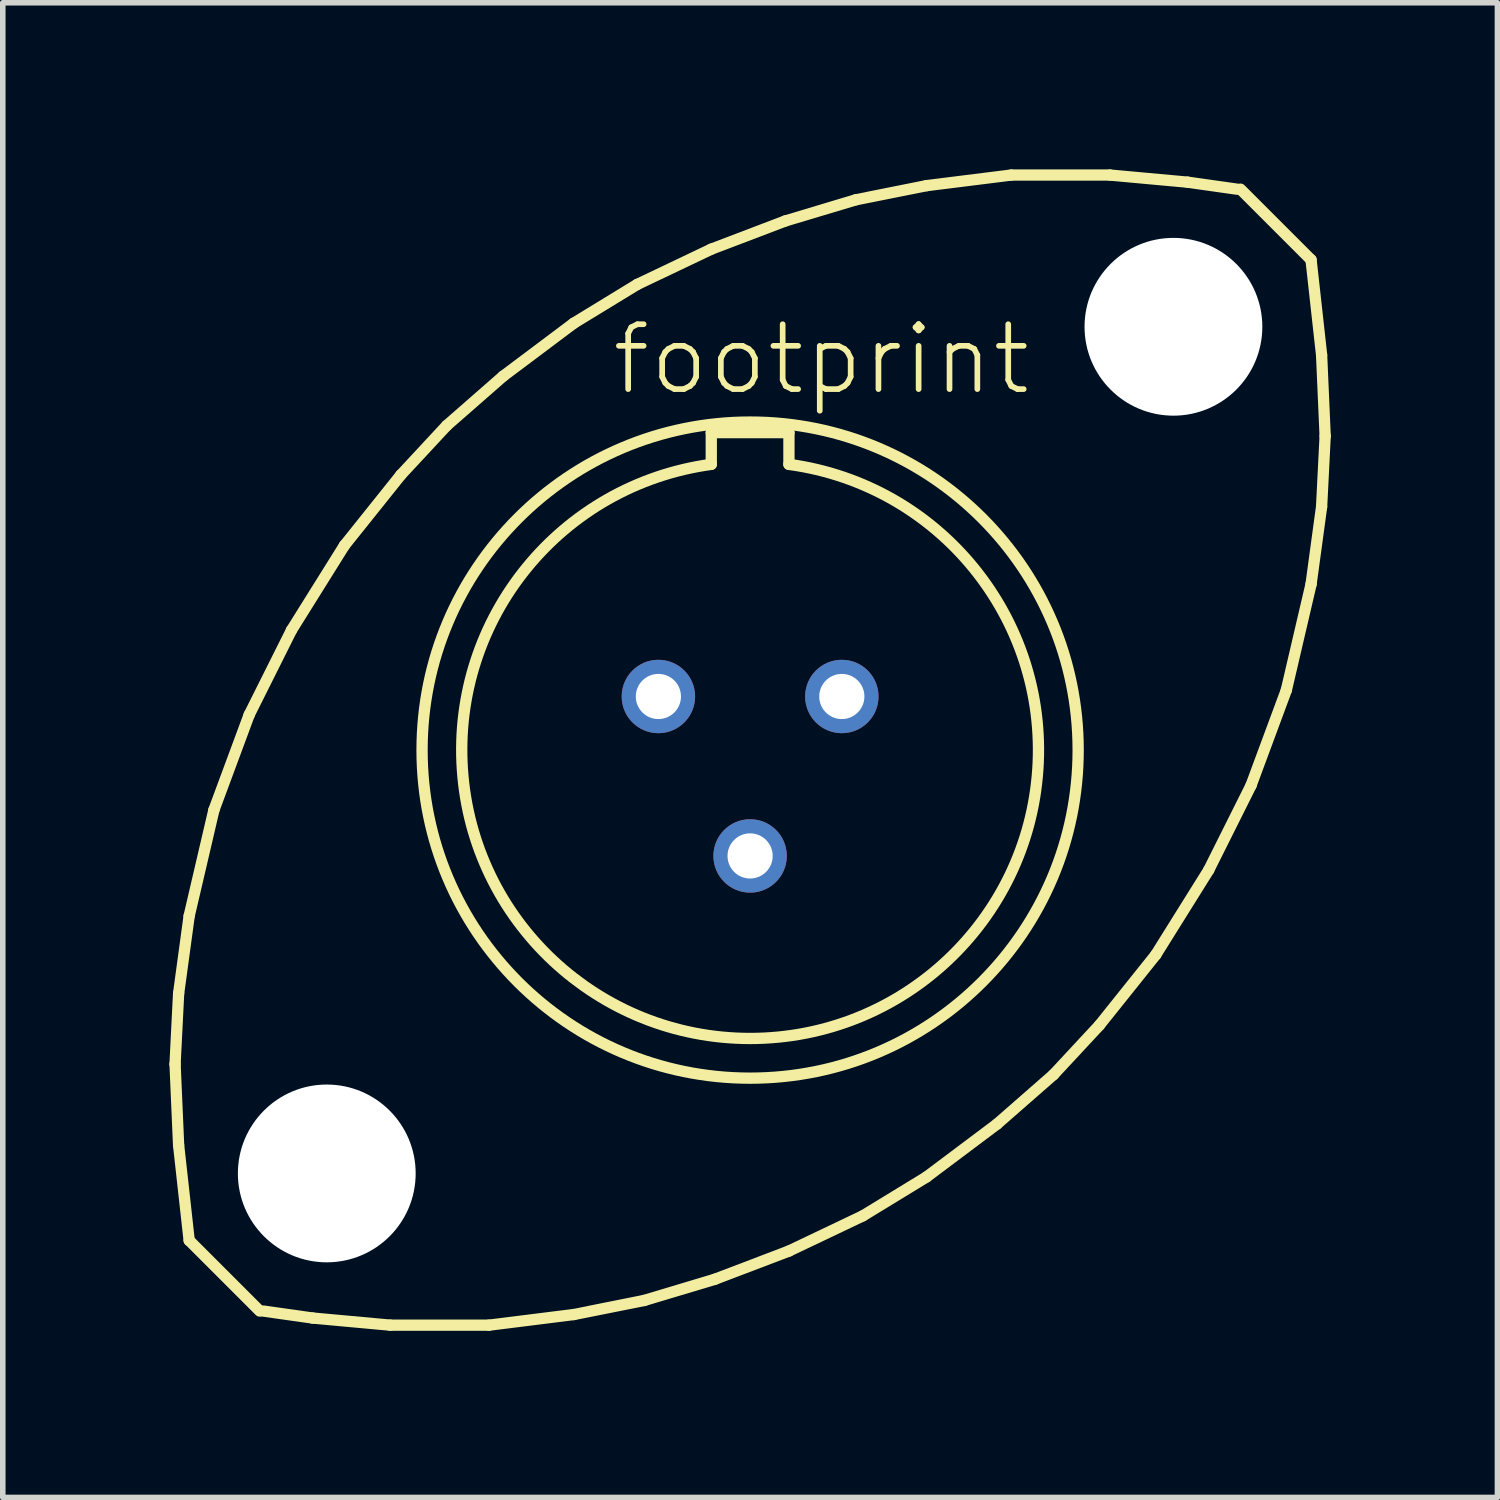
<source format=kicad_pcb>
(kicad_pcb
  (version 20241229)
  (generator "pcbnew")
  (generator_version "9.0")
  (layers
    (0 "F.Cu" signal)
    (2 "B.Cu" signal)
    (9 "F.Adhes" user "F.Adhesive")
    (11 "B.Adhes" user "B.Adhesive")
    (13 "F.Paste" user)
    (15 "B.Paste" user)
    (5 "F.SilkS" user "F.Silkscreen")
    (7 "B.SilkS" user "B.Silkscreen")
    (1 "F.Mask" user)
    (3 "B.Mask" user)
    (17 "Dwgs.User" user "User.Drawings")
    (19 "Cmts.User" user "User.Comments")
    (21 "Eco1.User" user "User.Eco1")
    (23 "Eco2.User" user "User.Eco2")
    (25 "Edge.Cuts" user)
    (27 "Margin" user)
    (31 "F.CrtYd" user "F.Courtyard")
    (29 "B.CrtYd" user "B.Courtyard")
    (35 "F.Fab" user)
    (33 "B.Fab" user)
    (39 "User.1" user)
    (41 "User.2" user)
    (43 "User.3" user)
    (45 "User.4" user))
  (footprint "footprint"
    (layer "F.Cu")
    (at 10.452 10.452)
    (property "Reference" "footprint" (at -2.54 -6.35 0) (layer "F.SilkS") (effects (font (size 1.168 1.168) (thickness 0.102)) (justify left bottom)))
    (fp_line (start -10.351 5.652) (end -10.287 4.381) (stroke (width 0.203) (type solid)) (layer "F.SilkS"))
    (fp_line (start -10.287 4.381) (end -10.097 2.985) (stroke (width 0.203) (type solid)) (layer "F.SilkS"))
    (fp_line (start -10.287 7.112) (end -10.351 5.652) (stroke (width 0.203) (type solid)) (layer "F.SilkS"))
    (fp_line (start -10.097 2.985) (end -9.652 1.079) (stroke (width 0.203) (type solid)) (layer "F.SilkS"))
    (fp_line (start -10.097 8.826) (end -10.287 7.112) (stroke (width 0.203) (type solid)) (layer "F.SilkS"))
    (fp_line (start -9.652 1.079) (end -9.017 -0.635) (stroke (width 0.203) (type solid)) (layer "F.SilkS"))
    (fp_line (start -9.017 -0.635) (end -8.255 -2.159) (stroke (width 0.203) (type solid)) (layer "F.SilkS"))
    (fp_line (start -8.826 10.097) (end -10.097 8.826) (stroke (width 0.203) (type solid)) (layer "F.SilkS"))
    (fp_line (start -8.255 -2.159) (end -7.303 -3.683) (stroke (width 0.203) (type solid)) (layer "F.SilkS"))
    (fp_line (start -7.874 10.223) (end -8.763 10.097) (stroke (width 0.203) (type solid)) (layer "F.SilkS"))
    (fp_line (start -7.303 -3.683) (end -6.287 -4.953) (stroke (width 0.203) (type solid)) (layer "F.SilkS"))
    (fp_line (start -6.477 10.351) (end -7.874 10.223) (stroke (width 0.203) (type solid)) (layer "F.SilkS"))
    (fp_line (start -6.287 -4.953) (end -5.461 -5.842) (stroke (width 0.203) (type solid)) (layer "F.SilkS"))
    (fp_line (start -5.461 -5.842) (end -4.445 -6.731) (stroke (width 0.203) (type solid)) (layer "F.SilkS"))
    (fp_line (start -4.699 10.351) (end -6.477 10.351) (stroke (width 0.203) (type solid)) (layer "F.SilkS"))
    (fp_line (start -4.445 -6.731) (end -3.175 -7.684) (stroke (width 0.203) (type solid)) (layer "F.SilkS"))
    (fp_line (start -3.175 -7.684) (end -2.032 -8.382) (stroke (width 0.203) (type solid)) (layer "F.SilkS"))
    (fp_line (start -3.175 10.16) (end -4.699 10.351) (stroke (width 0.203) (type solid)) (layer "F.SilkS"))
    (fp_line (start -2.032 -8.382) (end -0.699 -9.017) (stroke (width 0.203) (type solid)) (layer "F.SilkS"))
    (fp_line (start -1.905 9.906) (end -3.175 10.16) (stroke (width 0.203) (type solid)) (layer "F.SilkS"))
    (fp_line (start -0.699 -9.017) (end 0.635 -9.525) (stroke (width 0.203) (type solid)) (layer "F.SilkS"))
    (fp_line (start -0.699 -5.715) (end 0.699 -5.715) (stroke (width 0.203) (type solid)) (layer "F.SilkS"))
    (fp_line (start -0.699 -5.144) (end -0.699 -5.715) (stroke (width 0.203) (type solid)) (layer "F.SilkS"))
    (fp_line (start -0.635 9.525) (end -1.905 9.906) (stroke (width 0.203) (type solid)) (layer "F.SilkS"))
    (fp_line (start 0.635 -9.525) (end 1.905 -9.906) (stroke (width 0.203) (type solid)) (layer "F.SilkS"))
    (fp_line (start 0.699 -5.715) (end 0.699 -5.144) (stroke (width 0.203) (type solid)) (layer "F.SilkS"))
    (fp_line (start 0.699 9.017) (end -0.635 9.525) (stroke (width 0.203) (type solid)) (layer "F.SilkS"))
    (fp_line (start 1.905 -9.906) (end 3.175 -10.16) (stroke (width 0.203) (type solid)) (layer "F.SilkS"))
    (fp_line (start 2.032 8.382) (end 0.699 9.017) (stroke (width 0.203) (type solid)) (layer "F.SilkS"))
    (fp_line (start 3.175 -10.16) (end 4.699 -10.351) (stroke (width 0.203) (type solid)) (layer "F.SilkS"))
    (fp_line (start 3.175 7.684) (end 2.032 8.382) (stroke (width 0.203) (type solid)) (layer "F.SilkS"))
    (fp_line (start 4.445 6.731) (end 3.175 7.684) (stroke (width 0.203) (type solid)) (layer "F.SilkS"))
    (fp_line (start 4.699 -10.351) (end 6.477 -10.351) (stroke (width 0.203) (type solid)) (layer "F.SilkS"))
    (fp_line (start 5.461 5.842) (end 4.445 6.731) (stroke (width 0.203) (type solid)) (layer "F.SilkS"))
    (fp_line (start 6.287 4.953) (end 5.461 5.842) (stroke (width 0.203) (type solid)) (layer "F.SilkS"))
    (fp_line (start 6.477 -10.351) (end 7.874 -10.223) (stroke (width 0.203) (type solid)) (layer "F.SilkS"))
    (fp_line (start 7.303 3.683) (end 6.287 4.953) (stroke (width 0.203) (type solid)) (layer "F.SilkS"))
    (fp_line (start 7.874 -10.223) (end 8.763 -10.097) (stroke (width 0.203) (type solid)) (layer "F.SilkS"))
    (fp_line (start 8.255 2.159) (end 7.303 3.683) (stroke (width 0.203) (type solid)) (layer "F.SilkS"))
    (fp_line (start 8.826 -10.097) (end 10.097 -8.826) (stroke (width 0.203) (type solid)) (layer "F.SilkS"))
    (fp_line (start 9.017 0.635) (end 8.255 2.159) (stroke (width 0.203) (type solid)) (layer "F.SilkS"))
    (fp_line (start 9.652 -1.079) (end 9.017 0.635) (stroke (width 0.203) (type solid)) (layer "F.SilkS"))
    (fp_line (start 10.097 -8.826) (end 10.287 -7.112) (stroke (width 0.203) (type solid)) (layer "F.SilkS"))
    (fp_line (start 10.097 -2.985) (end 9.652 -1.079) (stroke (width 0.203) (type solid)) (layer "F.SilkS"))
    (fp_line (start 10.287 -7.112) (end 10.351 -5.652) (stroke (width 0.203) (type solid)) (layer "F.SilkS"))
    (fp_line (start 10.287 -4.381) (end 10.097 -2.985) (stroke (width 0.203) (type solid)) (layer "F.SilkS"))
    (fp_line (start 10.351 -5.652) (end 10.287 -4.381) (stroke (width 0.203) (type solid)) (layer "F.SilkS"))
    (fp_arc (start 0.6985 -5.1435) (mid 0 5.190712) (end -0.6985 -5.1435) (stroke (width 0.2032) (type solid)) (layer "F.SilkS"))
    (fp_circle (center 0 0) (end 5.905 0) (stroke (width 0.203) (type solid)) (fill no) (layer "F.SilkS"))
    (pad "" np_thru_hole circle (at -7.62 7.62) (size 3.2 3.2) (drill 3.2) (layers "*.Cu" "*.Mask"))
    (pad "" np_thru_hole circle (at 7.62 -7.62) (size 3.2 3.2) (drill 3.2) (layers "*.Cu" "*.Mask"))
    (pad "A" thru_hole circle (at 1.651 -0.965) (size 1.321 1.321) (drill 0.813) (layers "*.Cu" "*.Mask"))
    (pad "B" thru_hole circle (at -1.651 -0.965) (size 1.321 1.321) (drill 0.813) (layers "*.Cu" "*.Mask"))
    (pad "C" thru_hole circle (at 0 1.905) (size 1.321 1.321) (drill 0.813) (layers "*.Cu" "*.Mask")))
  (gr_rect
    (start -3 -3)
    (end 23.904 23.904)
    (stroke (width 0.1) (type default))
    (fill no)
    (layer "Edge.Cuts")))
</source>
